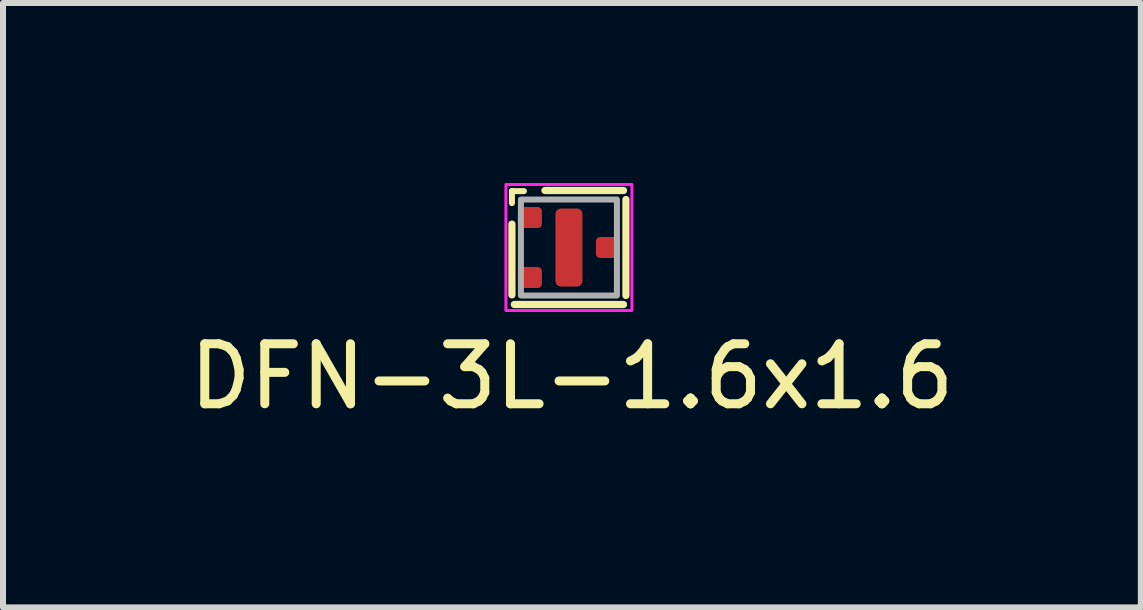
<source format=kicad_pcb>
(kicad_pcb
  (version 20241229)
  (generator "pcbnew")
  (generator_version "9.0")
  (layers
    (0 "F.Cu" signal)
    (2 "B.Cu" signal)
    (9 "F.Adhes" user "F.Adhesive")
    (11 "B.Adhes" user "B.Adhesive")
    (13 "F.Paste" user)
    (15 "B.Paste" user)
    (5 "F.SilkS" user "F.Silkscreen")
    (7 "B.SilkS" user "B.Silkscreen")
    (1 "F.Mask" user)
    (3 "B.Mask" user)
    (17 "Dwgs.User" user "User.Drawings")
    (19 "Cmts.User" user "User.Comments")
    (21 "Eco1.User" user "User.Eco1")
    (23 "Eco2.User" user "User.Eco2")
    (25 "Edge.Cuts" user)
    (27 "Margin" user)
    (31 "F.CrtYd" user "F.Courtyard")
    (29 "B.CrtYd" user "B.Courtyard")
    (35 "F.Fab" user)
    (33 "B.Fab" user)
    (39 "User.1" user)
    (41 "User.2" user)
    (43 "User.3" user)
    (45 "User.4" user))
  (footprint "DFN-3L-1.6x1.6"
    (layer "F.Cu")
    (at 6.432 1.075)
    (property "Reference" "DFN-3L-1.6x1.6" (at 0.05 2.15 0) (layer "F.SilkS") (effects (font (size 1 1) (thickness 0.15))))
    (attr smd)
    (fp_line (start -0.95 -0.94) (end -0.75 -0.94) (stroke (width 0.1) (type default)) (layer "F.SilkS"))
    (fp_line (start -0.95 -0.74) (end -0.95 -0.94) (stroke (width 0.1) (type default)) (layer "F.SilkS"))
    (fp_line (start -0.95 0.79) (end -0.95 -0.39) (stroke (width 0.12) (type solid)) (layer "F.SilkS"))
    (fp_line (start -0.4 -0.95) (end 0.91 -0.95) (stroke (width 0.12) (type solid)) (layer "F.SilkS"))
    (fp_line (start 0.91 0.95) (end -0.91 0.95) (stroke (width 0.12) (type solid)) (layer "F.SilkS"))
    (fp_line (start 0.95 -0.8) (end 0.95 0.8) (stroke (width 0.12) (type solid)) (layer "F.SilkS"))
    (fp_rect (start -1.05 -1.05) (end 1.05 1.05) (stroke (width 0.05) (type solid)) (fill no) (layer "F.CrtYd"))
    (fp_rect (start -0.8 -0.8) (end 0.8 0.8) (stroke (width 0.1) (type solid)) (fill no) (layer "F.Fab"))
    (pad "1" smd roundrect (at -0.65 -0.5) (size 0.4 0.35) (layers "F.Cu" "F.Mask" "F.Paste") (roundrect_rratio 0.2))
    (pad "2" smd roundrect (at -0.65 0.5) (size 0.4 0.35) (layers "F.Cu" "F.Mask" "F.Paste") (roundrect_rratio 0.2))
    (pad "3" smd roundrect (at 0.65 0) (size 0.4 0.35) (layers "F.Cu" "F.Mask" "F.Paste") (roundrect_rratio 0.2))
    (pad "4" smd roundrect (at 0 0) (size 0.45 1.3) (layers "F.Cu" "F.Mask" "F.Paste") (roundrect_rratio 0.2)))
  (gr_rect
    (start -3 -3)
    (end 15.964 7.073)
    (stroke (width 0.1) (type default))
    (fill no)
    (layer "Edge.Cuts")))
</source>
